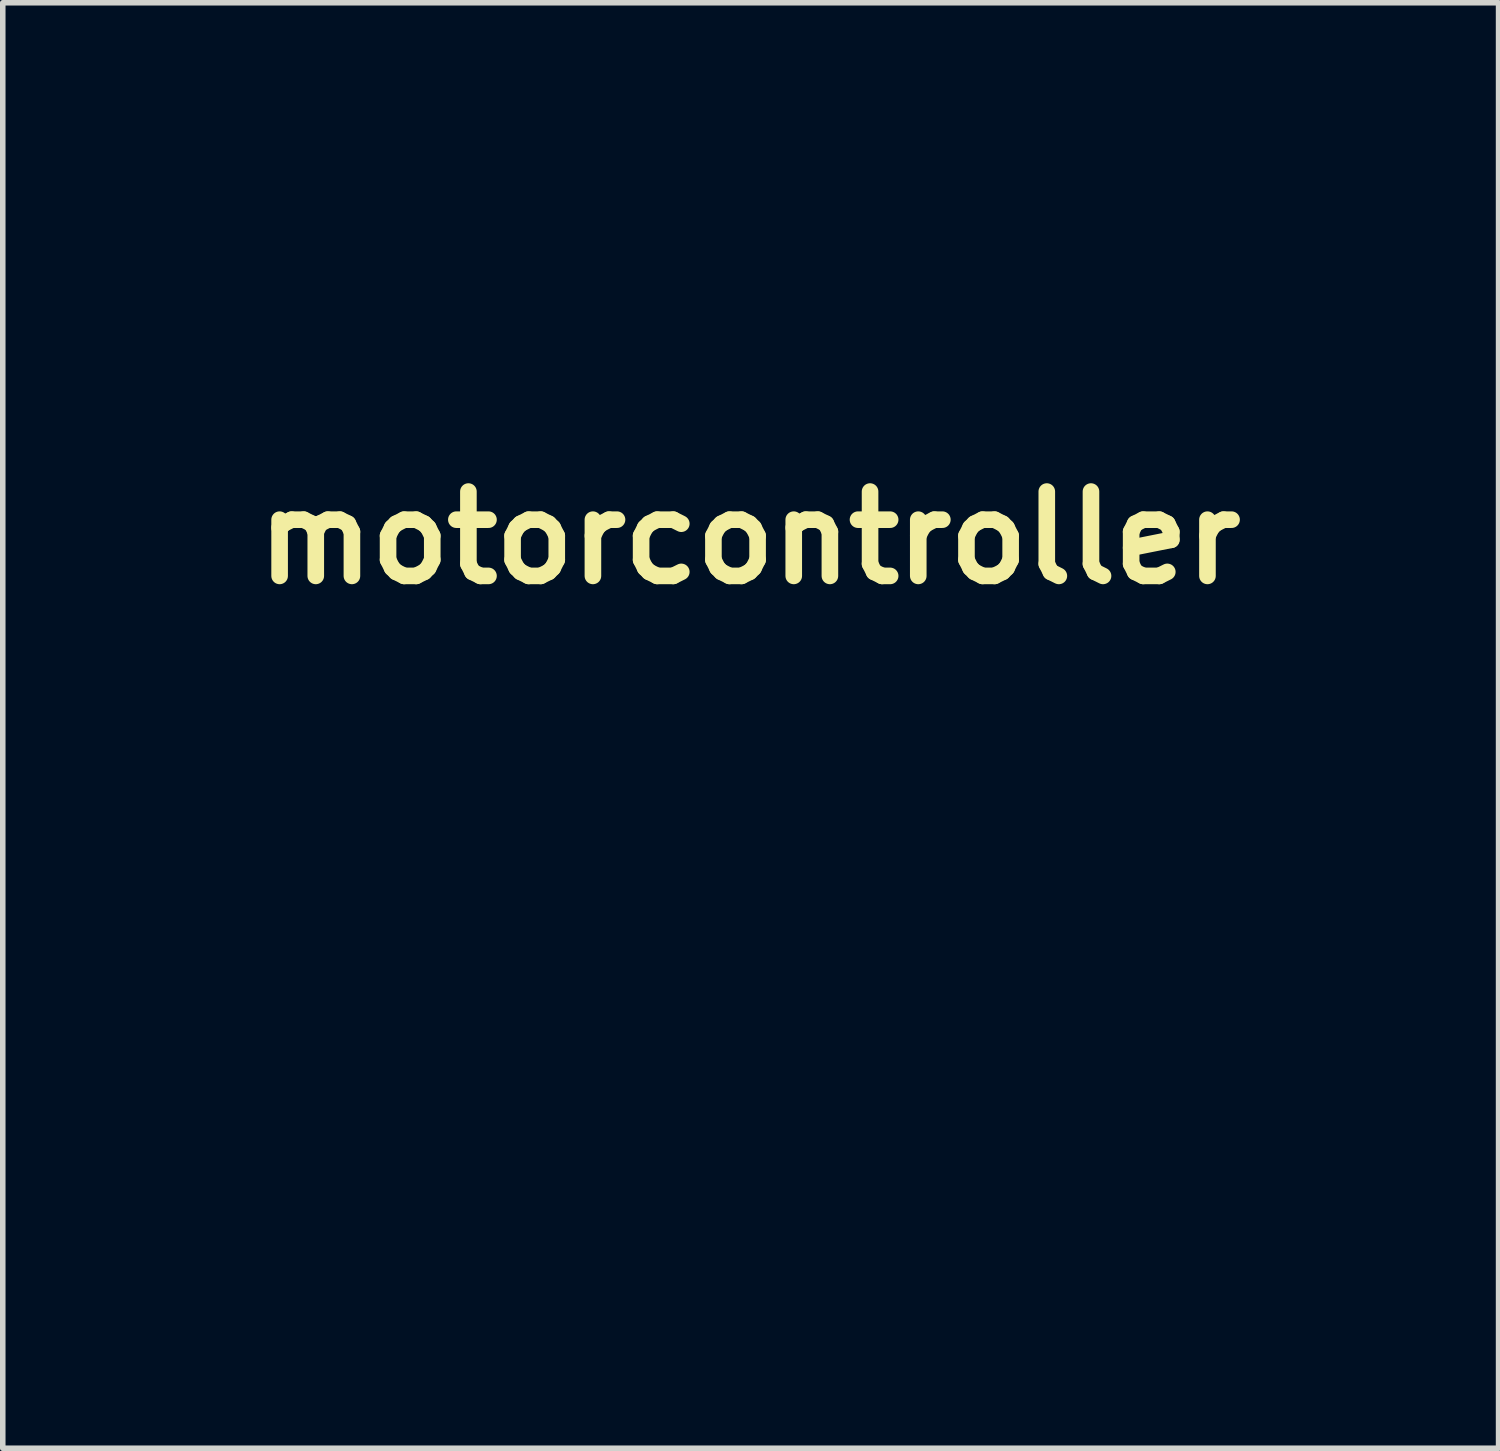
<source format=kicad_pcb>
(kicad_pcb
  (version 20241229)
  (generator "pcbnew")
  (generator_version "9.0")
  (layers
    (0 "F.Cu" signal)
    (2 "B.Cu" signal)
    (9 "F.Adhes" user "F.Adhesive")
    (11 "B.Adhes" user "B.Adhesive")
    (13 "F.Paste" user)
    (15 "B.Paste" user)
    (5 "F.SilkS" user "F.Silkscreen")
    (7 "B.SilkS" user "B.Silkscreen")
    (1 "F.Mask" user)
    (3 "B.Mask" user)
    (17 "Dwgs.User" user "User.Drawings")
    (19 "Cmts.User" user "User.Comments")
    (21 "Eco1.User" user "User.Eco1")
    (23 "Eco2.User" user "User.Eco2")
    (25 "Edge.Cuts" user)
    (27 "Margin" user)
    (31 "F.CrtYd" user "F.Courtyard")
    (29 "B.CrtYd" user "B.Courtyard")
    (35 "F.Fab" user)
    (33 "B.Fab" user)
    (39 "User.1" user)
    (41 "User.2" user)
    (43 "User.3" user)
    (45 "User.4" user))
  (footprint "motorcontroller"
    (layer "F.Cu")
    (at 10.493 6.666)
    (property "Reference" "motorcontroller" (at 0 0 0) (layer "F.SilkS") (effects (font (size 1.524 1.524) (thickness 0.3))))
    (attr through_hole)
    (fp_poly (pts (xy 0.863 12.739) (xy 0.972 12.841) (xy 1.036 12.985) (xy 1.044 13.15) (xy 1.007 13.27) (xy 0.916 13.38) (xy 0.798 13.419) (xy 0.673 13.384) (xy 0.577 13.293) (xy 0.516 13.174) (xy 0.492 13.055) (xy 0.516 12.94) (xy 0.575 12.822) (xy 0.651 12.732) (xy 0.718 12.7) (xy 0.863 12.739)) (stroke (width 0.01) (type solid)) (fill no) (layer "Eco2.User"))
    (fp_poly (pts (xy -6.024 12.617) (xy -5.897 12.701) (xy -5.793 12.832) (xy -5.732 12.979) (xy -5.725 13.038) (xy -5.759 13.173) (xy -5.846 13.271) (xy -5.962 13.318) (xy -6.083 13.306) (xy -6.166 13.248) (xy -6.261 13.1) (xy -6.303 12.932) (xy -6.291 12.773) (xy -6.229 12.657) (xy -6.157 12.6) (xy -6.078 12.599) (xy -6.024 12.617)) (stroke (width 0.01) (type solid)) (fill no) (layer "Eco2.User"))
    (fp_poly (pts (xy -3.526 12.609) (xy -3.522 12.613) (xy -3.414 12.77) (xy -3.385 12.928) (xy -3.43 13.091) (xy -3.53 13.252) (xy -3.642 13.328) (xy -3.759 13.319) (xy -3.855 13.235) (xy -3.914 13.098) (xy -3.933 12.935) (xy -3.91 12.773) (xy -3.84 12.64) (xy -3.832 12.631) (xy -3.723 12.542) (xy -3.626 12.534) (xy -3.526 12.609)) (stroke (width 0.01) (type solid)) (fill no) (layer "Eco2.User"))
    (fp_poly (pts (xy -1.241 12.723) (xy -1.188 12.8) (xy -1.117 12.991) (xy -1.117 13.171) (xy -1.189 13.325) (xy -1.207 13.346) (xy -1.306 13.432) (xy -1.397 13.447) (xy -1.495 13.404) (xy -1.621 13.286) (xy -1.678 13.134) (xy -1.664 12.965) (xy -1.576 12.796) (xy -1.574 12.792) (xy -1.456 12.682) (xy -1.344 12.659) (xy -1.241 12.723)) (stroke (width 0.01) (type solid)) (fill no) (layer "Eco2.User"))
    (fp_poly (pts (xy 3.146 12.721) (xy 3.3 12.802) (xy 3.397 12.946) (xy 3.426 13.061) (xy 3.428 13.2) (xy 3.381 13.292) (xy 3.276 13.351) (xy 3.14 13.362) (xy 3.009 13.324) (xy 2.958 13.288) (xy 2.888 13.188) (xy 2.849 13.075) (xy 2.857 12.935) (xy 2.92 12.814) (xy 3.019 12.734) (xy 3.136 12.718) (xy 3.146 12.721)) (stroke (width 0.01) (type solid)) (fill no) (layer "Eco2.User"))
    (fp_poly (pts (xy 5.552 12.911) (xy 5.649 12.992) (xy 5.733 13.094) (xy 5.775 13.188) (xy 5.776 13.203) (xy 5.738 13.314) (xy 5.646 13.397) (xy 5.523 13.442) (xy 5.394 13.438) (xy 5.308 13.396) (xy 5.247 13.3) (xy 5.239 13.172) (xy 5.274 13.041) (xy 5.345 12.934) (xy 5.442 12.88) (xy 5.466 12.878) (xy 5.552 12.911)) (stroke (width 0.01) (type solid)) (fill no) (layer "Eco2.User"))
    (fp_poly (pts (xy 8.291 -6.103) (xy 8.436 -6.091) (xy 8.554 -6.065) (xy 8.671 -6.019) (xy 8.759 -5.977) (xy 8.989 -5.827) (xy 9.199 -5.629) (xy 9.369 -5.403) (xy 9.478 -5.172) (xy 9.48 -5.167) (xy 9.534 -4.886) (xy 9.538 -4.58) (xy 9.493 -4.291) (xy 9.48 -4.247) (xy 9.371 -4.014) (xy 9.201 -3.787) (xy 8.991 -3.589) (xy 8.76 -3.441) (xy 8.759 -3.44) (xy 8.532 -3.358) (xy 8.271 -3.308) (xy 8.004 -3.292) (xy 7.762 -3.314) (xy 7.64 -3.346) (xy 7.34 -3.489) (xy 7.08 -3.683) (xy 6.871 -3.917) (xy 6.727 -4.177) (xy 6.702 -4.249) (xy 6.648 -4.527) (xy 6.644 -4.793) (xy 6.765 -4.793) (xy 6.783 -4.502) (xy 6.863 -4.221) (xy 7.003 -3.963) (xy 7.199 -3.74) (xy 7.45 -3.564) (xy 7.593 -3.499) (xy 7.845 -3.438) (xy 8.131 -3.428) (xy 8.418 -3.467) (xy 8.674 -3.553) (xy 8.687 -3.56) (xy 8.973 -3.741) (xy 9.191 -3.964) (xy 9.339 -4.226) (xy 9.414 -4.52) (xy 9.422 -4.666) (xy 9.384 -5.003) (xy 9.273 -5.307) (xy 9.092 -5.569) (xy 8.849 -5.78) (xy 8.735 -5.848) (xy 8.616 -5.907) (xy 8.509 -5.944) (xy 8.39 -5.964) (xy 8.231 -5.971) (xy 8.091 -5.973) (xy 7.797 -5.957) (xy 7.559 -5.905) (xy 7.357 -5.809) (xy 7.171 -5.662) (xy 7.113 -5.604) (xy 6.927 -5.356) (xy 6.812 -5.082) (xy 6.765 -4.793) (xy 6.644 -4.793) (xy 6.644 -4.832) (xy 6.689 -5.119) (xy 6.703 -5.167) (xy 6.81 -5.398) (xy 6.979 -5.624) (xy 7.188 -5.823) (xy 7.418 -5.974) (xy 7.424 -5.977) (xy 7.555 -6.038) (xy 7.669 -6.076) (xy 7.793 -6.097) (xy 7.955 -6.105) (xy 8.091 -6.106) (xy 8.291 -6.103)) (stroke (width 0.01) (type solid)) (fill no) (layer "Eco2.User"))
    (fp_poly (pts (xy 8.231 7.129) (xy 8.374 7.139) (xy 8.483 7.16) (xy 8.582 7.198) (xy 8.685 7.252) (xy 8.98 7.461) (xy 9.214 7.725) (xy 9.334 7.926) (xy 9.388 8.049) (xy 9.421 8.165) (xy 9.437 8.302) (xy 9.442 8.492) (xy 9.442 8.548) (xy 9.439 8.754) (xy 9.426 8.902) (xy 9.397 9.02) (xy 9.349 9.138) (xy 9.334 9.17) (xy 9.143 9.465) (xy 8.889 9.71) (xy 8.685 9.842) (xy 8.472 9.924) (xy 8.215 9.974) (xy 7.946 9.987) (xy 7.695 9.963) (xy 7.54 9.921) (xy 7.226 9.753) (xy 6.963 9.521) (xy 6.758 9.233) (xy 6.726 9.17) (xy 6.671 9.047) (xy 6.639 8.931) (xy 6.622 8.794) (xy 6.618 8.644) (xy 6.721 8.644) (xy 6.774 8.938) (xy 6.892 9.217) (xy 7.078 9.467) (xy 7.194 9.576) (xy 7.444 9.73) (xy 7.734 9.824) (xy 8.044 9.854) (xy 8.352 9.82) (xy 8.637 9.719) (xy 8.657 9.708) (xy 8.917 9.526) (xy 9.117 9.294) (xy 9.255 9.026) (xy 9.329 8.733) (xy 9.336 8.43) (xy 9.275 8.129) (xy 9.141 7.842) (xy 9.031 7.688) (xy 8.846 7.499) (xy 8.648 7.37) (xy 8.419 7.294) (xy 8.139 7.264) (xy 8.03 7.262) (xy 7.833 7.266) (xy 7.69 7.28) (xy 7.574 7.31) (xy 7.457 7.361) (xy 7.406 7.386) (xy 7.147 7.567) (xy 6.948 7.795) (xy 6.81 8.06) (xy 6.734 8.347) (xy 6.721 8.644) (xy 6.618 8.644) (xy 6.617 8.604) (xy 6.617 8.548) (xy 6.62 8.342) (xy 6.634 8.194) (xy 6.662 8.076) (xy 6.711 7.958) (xy 6.726 7.926) (xy 6.916 7.631) (xy 7.172 7.385) (xy 7.374 7.252) (xy 7.485 7.195) (xy 7.584 7.158) (xy 7.694 7.138) (xy 7.841 7.129) (xy 8.03 7.127) (xy 8.231 7.129)) (stroke (width 0.01) (type solid)) (fill no) (layer "Eco2.User"))
    (fp_poly (pts (xy -8.081 -6.28) (xy -7.943 -6.267) (xy -7.835 -6.24) (xy -7.732 -6.194) (xy -7.68 -6.165) (xy -7.459 -6.001) (xy -7.252 -5.781) (xy -7.086 -5.534) (xy -7.033 -5.425) (xy -6.987 -5.298) (xy -6.96 -5.161) (xy -6.947 -4.986) (xy -6.944 -4.796) (xy -6.957 -4.497) (xy -7.002 -4.256) (xy -7.087 -4.047) (xy -7.223 -3.843) (xy -7.297 -3.752) (xy -7.518 -3.535) (xy -7.756 -3.394) (xy -8.029 -3.319) (xy -8.214 -3.302) (xy -8.384 -3.3) (xy -8.533 -3.307) (xy -8.634 -3.322) (xy -8.644 -3.325) (xy -8.933 -3.471) (xy -9.194 -3.687) (xy -9.406 -3.954) (xy -9.518 -4.166) (xy -9.578 -4.376) (xy -9.609 -4.636) (xy -9.611 -4.891) (xy -9.497 -4.891) (xy -9.484 -4.572) (xy -9.41 -4.266) (xy -9.277 -3.984) (xy -9.087 -3.742) (xy -8.842 -3.551) (xy -8.788 -3.521) (xy -8.667 -3.465) (xy -8.555 -3.436) (xy -8.421 -3.426) (xy -8.255 -3.431) (xy -8.023 -3.455) (xy -7.845 -3.502) (xy -7.751 -3.547) (xy -7.489 -3.735) (xy -7.277 -3.973) (xy -7.168 -4.159) (xy -7.118 -4.278) (xy -7.088 -4.393) (xy -7.073 -4.534) (xy -7.068 -4.728) (xy -7.068 -4.796) (xy -7.071 -5.006) (xy -7.082 -5.156) (xy -7.108 -5.273) (xy -7.151 -5.386) (xy -7.177 -5.44) (xy -7.36 -5.73) (xy -7.59 -5.947) (xy -7.866 -6.091) (xy -8.184 -6.159) (xy -8.214 -6.162) (xy -8.526 -6.148) (xy -8.797 -6.06) (xy -9.035 -5.895) (xy -9.146 -5.78) (xy -9.33 -5.508) (xy -9.446 -5.207) (xy -9.497 -4.891) (xy -9.611 -4.891) (xy -9.611 -4.915) (xy -9.584 -5.181) (xy -9.529 -5.4) (xy -9.518 -5.425) (xy -9.379 -5.674) (xy -9.187 -5.909) (xy -8.968 -6.102) (xy -8.871 -6.165) (xy -8.761 -6.222) (xy -8.658 -6.257) (xy -8.537 -6.276) (xy -8.371 -6.282) (xy -8.275 -6.283) (xy -8.081 -6.28)) (stroke (width 0.01) (type solid)) (fill no) (layer "Eco2.User"))
    (fp_poly (pts (xy -8.159 6.953) (xy -8.019 6.967) (xy -7.91 6.994) (xy -7.811 7.041) (xy -7.79 7.053) (xy -7.533 7.241) (xy -7.311 7.482) (xy -7.146 7.75) (xy -7.14 7.765) (xy -7.086 7.893) (xy -7.052 8.008) (xy -7.034 8.138) (xy -7.027 8.312) (xy -7.026 8.459) (xy -7.028 8.675) (xy -7.039 8.83) (xy -7.062 8.951) (xy -7.102 9.068) (xy -7.14 9.154) (xy -7.301 9.423) (xy -7.519 9.665) (xy -7.772 9.852) (xy -7.79 9.863) (xy -7.959 9.927) (xy -8.174 9.968) (xy -8.404 9.983) (xy -8.618 9.971) (xy -8.772 9.933) (xy -9.069 9.768) (xy -9.326 9.537) (xy -9.528 9.254) (xy -9.598 9.111) (xy -9.642 8.987) (xy -9.669 8.853) (xy -9.683 8.681) (xy -9.687 8.481) (xy -9.566 8.481) (xy -9.563 8.691) (xy -9.551 8.841) (xy -9.526 8.958) (xy -9.483 9.071) (xy -9.455 9.131) (xy -9.318 9.35) (xy -9.138 9.552) (xy -8.938 9.712) (xy -8.795 9.788) (xy -8.566 9.842) (xy -8.304 9.847) (xy -8.042 9.803) (xy -7.812 9.715) (xy -7.79 9.702) (xy -7.539 9.512) (xy -7.338 9.264) (xy -7.241 9.091) (xy -7.197 8.987) (xy -7.169 8.878) (xy -7.154 8.738) (xy -7.149 8.544) (xy -7.149 8.459) (xy -7.151 8.245) (xy -7.161 8.094) (xy -7.183 7.977) (xy -7.221 7.87) (xy -7.26 7.788) (xy -7.404 7.558) (xy -7.594 7.353) (xy -7.804 7.195) (xy -7.937 7.13) (xy -8.236 7.064) (xy -8.535 7.079) (xy -8.82 7.169) (xy -9.079 7.327) (xy -9.297 7.548) (xy -9.451 7.805) (xy -9.507 7.939) (xy -9.541 8.059) (xy -9.559 8.194) (xy -9.565 8.375) (xy -9.566 8.481) (xy -9.687 8.481) (xy -9.687 8.459) (xy -9.686 8.244) (xy -9.676 8.09) (xy -9.654 7.97) (xy -9.614 7.854) (xy -9.575 7.765) (xy -9.414 7.496) (xy -9.195 7.253) (xy -8.939 7.061) (xy -8.925 7.053) (xy -8.824 7.002) (xy -8.719 6.971) (xy -8.587 6.955) (xy -8.402 6.95) (xy -8.357 6.95) (xy -8.159 6.953)) (stroke (width 0.01) (type solid)) (fill no) (layer "Eco2.User"))
    (fp_poly (pts (xy 1.126 -6.661) (xy 2.152 -6.661) (xy 3.102 -6.66) (xy 3.979 -6.66) (xy 4.786 -6.66) (xy 5.524 -6.659) (xy 6.198 -6.658) (xy 6.81 -6.657) (xy 7.363 -6.656) (xy 7.86 -6.654) (xy 8.304 -6.652) (xy 8.697 -6.65) (xy 9.043 -6.648) (xy 9.344 -6.645) (xy 9.603 -6.642) (xy 9.824 -6.639) (xy 10.008 -6.635) (xy 10.159 -6.631) (xy 10.28 -6.626) (xy 10.373 -6.621) (xy 10.441 -6.616) (xy 10.488 -6.61) (xy 10.516 -6.604) (xy 10.528 -6.597) (xy 10.529 -6.594) (xy 10.522 -6.587) (xy 10.501 -6.581) (xy 10.462 -6.575) (xy 10.402 -6.569) (xy 10.318 -6.564) (xy 10.208 -6.559) (xy 10.069 -6.555) (xy 9.898 -6.551) (xy 9.692 -6.548) (xy 9.448 -6.545) (xy 9.163 -6.542) (xy 8.835 -6.539) (xy 8.46 -6.537) (xy 8.036 -6.535) (xy 7.56 -6.533) (xy 7.029 -6.532) (xy 6.439 -6.531) (xy 5.789 -6.53) (xy 5.076 -6.529) (xy 4.296 -6.529) (xy 3.446 -6.528) (xy 2.524 -6.528) (xy 1.528 -6.528) (xy 0.453 -6.528) (xy 0.02 -6.528) (xy -1.085 -6.528) (xy -2.111 -6.528) (xy -3.061 -6.528) (xy -3.938 -6.528) (xy -4.745 -6.529) (xy -5.483 -6.53) (xy -6.157 -6.531) (xy -6.769 -6.532) (xy -7.323 -6.533) (xy -7.819 -6.534) (xy -8.263 -6.536) (xy -8.656 -6.538) (xy -9.002 -6.541) (xy -9.303 -6.543) (xy -9.562 -6.546) (xy -9.783 -6.55) (xy -9.967 -6.554) (xy -10.118 -6.558) (xy -10.239 -6.562) (xy -10.332 -6.567) (xy -10.4 -6.573) (xy -10.447 -6.578) (xy -10.475 -6.585) (xy -10.487 -6.591) (xy -10.488 -6.594) (xy -10.481 -6.601) (xy -10.46 -6.608) (xy -10.421 -6.614) (xy -10.361 -6.619) (xy -10.277 -6.624) (xy -10.168 -6.629) (xy -10.028 -6.633) (xy -9.857 -6.637) (xy -9.651 -6.641) (xy -9.407 -6.644) (xy -9.122 -6.647) (xy -8.794 -6.649) (xy -8.419 -6.651) (xy -7.995 -6.653) (xy -7.519 -6.655) (xy -6.988 -6.656) (xy -6.399 -6.658) (xy -5.749 -6.658) (xy -5.035 -6.659) (xy -4.255 -6.66) (xy -3.405 -6.66) (xy -2.483 -6.661) (xy -1.487 -6.661) (xy -0.412 -6.661) (xy 0.02 -6.661) (xy 1.126 -6.661)) (stroke (width 0.01) (type solid)) (fill no) (layer "Eco2.User")))
  (gr_rect
    (start -3 -3)
    (end 24.026 23.117)
    (stroke (width 0.1) (type default))
    (fill no)
    (layer "Edge.Cuts")))
</source>
